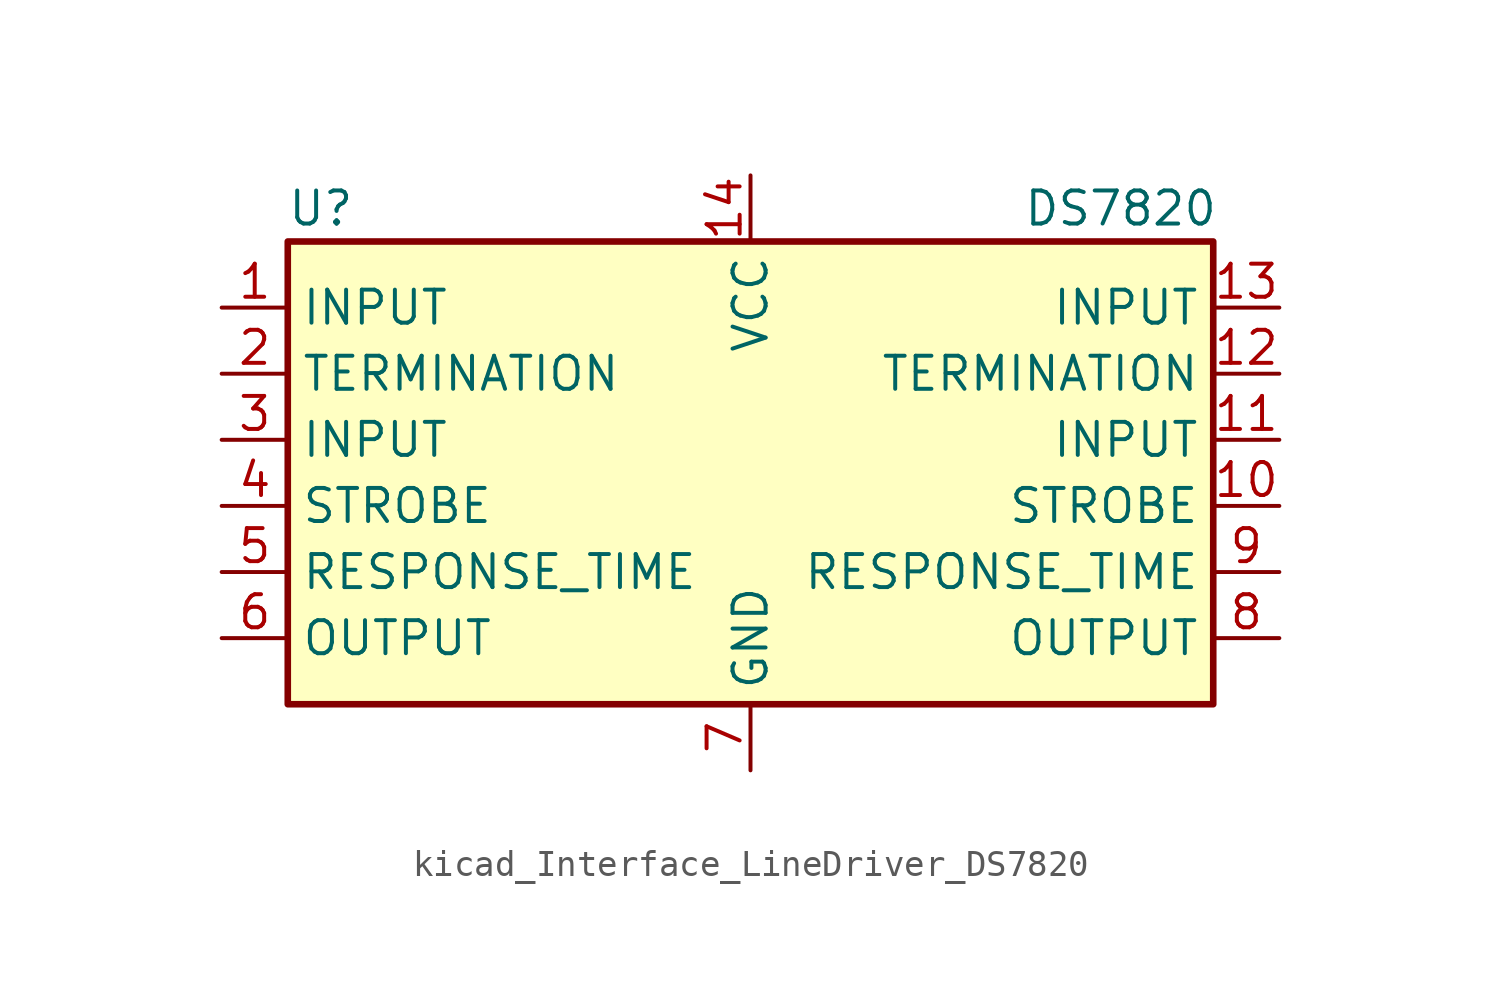
<source format=kicad_sym>
(kicad_symbol_lib
  (version 20220914)
  (generator kicad_symbol_editor)
  (symbol "kicad_Interface_LineDriver_DS7820"
    (property "Reference" "U"
      (at -16.51 8.89 0)
      (effects (font (size 1.27 1.27))))
    (property "Value" "DS7820"
      (at 14.224 8.89 0)
      (effects (font (size 1.27 1.27))))
    (symbol "kicad_Interface_LineDriver_DS7820_0_1"
      (rectangle (start -17.78 7.62) (end 17.78 -10.16) (stroke (width 0.254) (type default)) (fill (type background))))
    (symbol "kicad_Interface_LineDriver_DS7820_1_1"
      (pin input line (at -20.32 5.08 0) (length 2.54) (name "INPUT" (effects (font (size 1.27 1.27)))) (number "1" (effects (font (size 1.27 1.27)))))
      (pin input line (at 20.32 -2.54 180) (length 2.54) (name "STROBE" (effects (font (size 1.27 1.27)))) (number "10" (effects (font (size 1.27 1.27)))))
      (pin input line (at 20.32 0 180) (length 2.54) (name "INPUT" (effects (font (size 1.27 1.27)))) (number "11" (effects (font (size 1.27 1.27)))))
      (pin input line (at 20.32 2.54 180) (length 2.54) (name "TERMINATION" (effects (font (size 1.27 1.27)))) (number "12" (effects (font (size 1.27 1.27)))))
      (pin input line (at 20.32 5.08 180) (length 2.54) (name "INPUT" (effects (font (size 1.27 1.27)))) (number "13" (effects (font (size 1.27 1.27)))))
      (pin power_in line (at 0 10.16 270) (length 2.54) (name "VCC" (effects (font (size 1.27 1.27)))) (number "14" (effects (font (size 1.27 1.27)))))
      (pin input line (at -20.32 2.54 0) (length 2.54) (name "TERMINATION" (effects (font (size 1.27 1.27)))) (number "2" (effects (font (size 1.27 1.27)))))
      (pin input line (at -20.32 0 0) (length 2.54) (name "INPUT" (effects (font (size 1.27 1.27)))) (number "3" (effects (font (size 1.27 1.27)))))
      (pin input line (at -20.32 -2.54 0) (length 2.54) (name "STROBE" (effects (font (size 1.27 1.27)))) (number "4" (effects (font (size 1.27 1.27)))))
      (pin input line (at -20.32 -5.08 0) (length 2.54) (name "RESPONSE_TIME" (effects (font (size 1.27 1.27)))) (number "5" (effects (font (size 1.27 1.27)))))
      (pin input line (at -20.32 -7.62 0) (length 2.54) (name "OUTPUT" (effects (font (size 1.27 1.27)))) (number "6" (effects (font (size 1.27 1.27)))))
      (pin power_in line (at 0 -12.7 90) (length 2.54) (name "GND" (effects (font (size 1.27 1.27)))) (number "7" (effects (font (size 1.27 1.27)))))
      (pin output line (at 20.32 -7.62 180) (length 2.54) (name "OUTPUT" (effects (font (size 1.27 1.27)))) (number "8" (effects (font (size 1.27 1.27)))))
      (pin input line (at 20.32 -5.08 180) (length 2.54) (name "RESPONSE_TIME" (effects (font (size 1.27 1.27)))) (number "9" (effects (font (size 1.27 1.27))))))))
</source>
